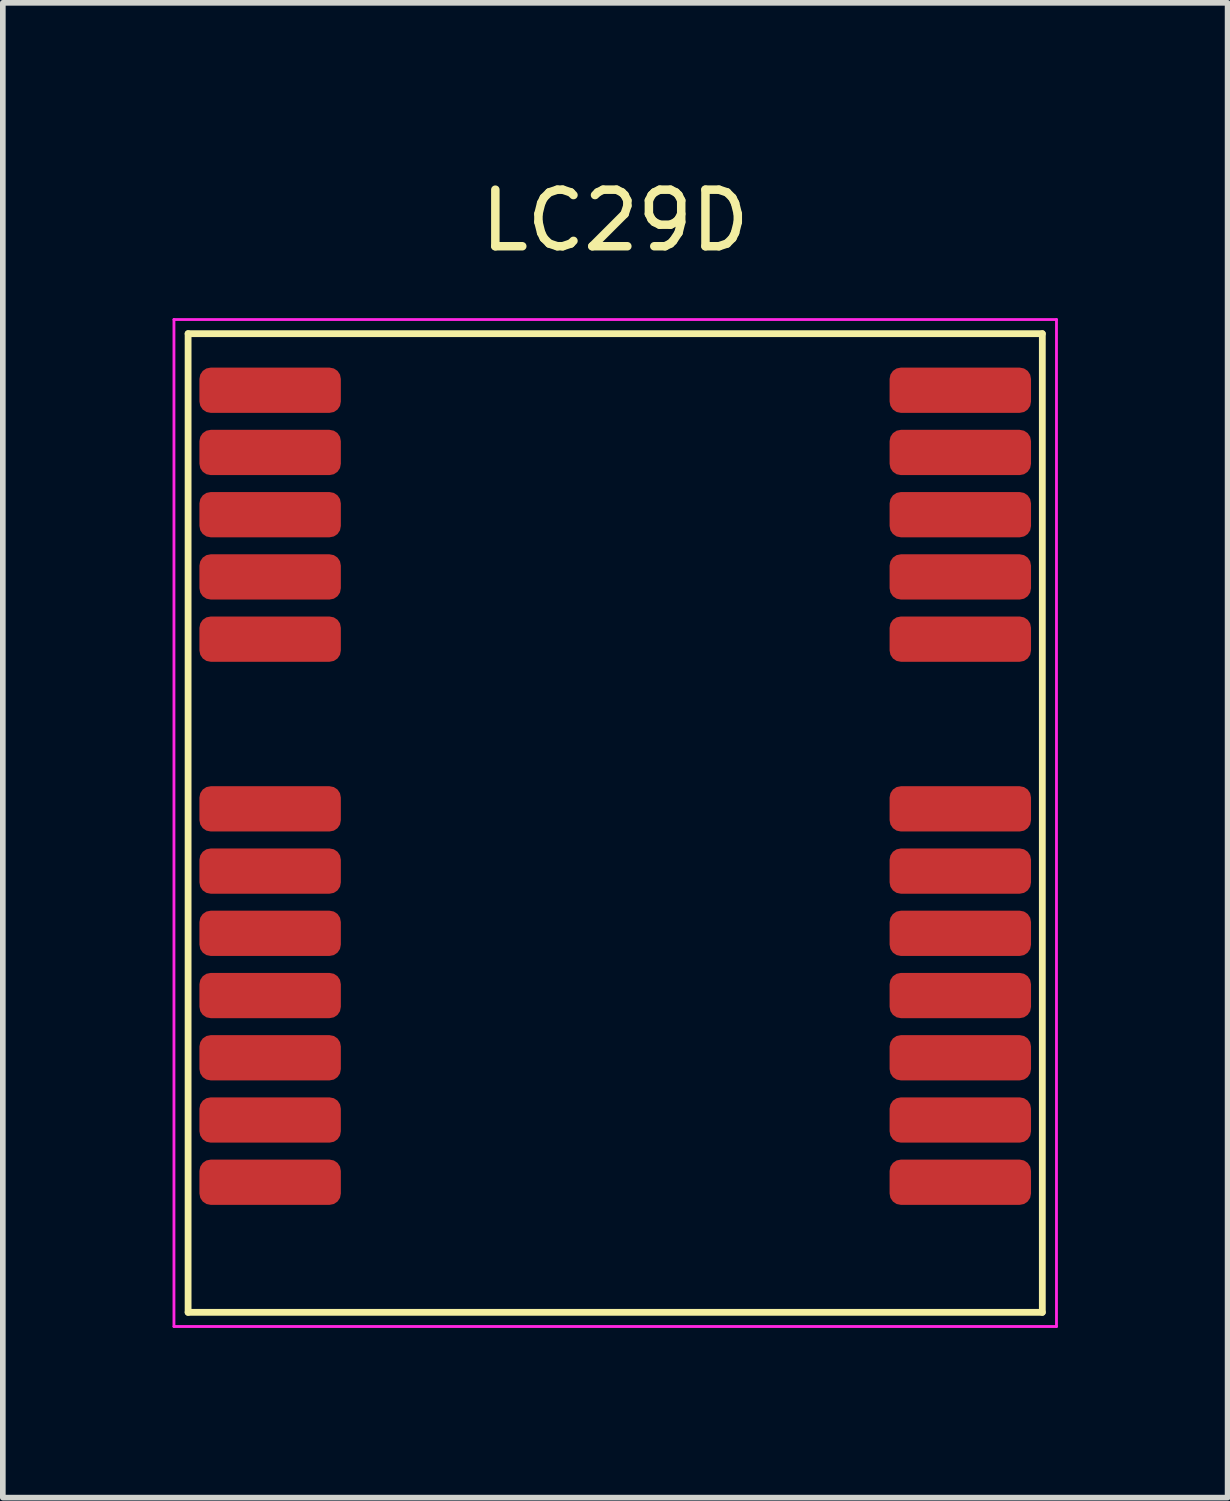
<source format=kicad_pcb>
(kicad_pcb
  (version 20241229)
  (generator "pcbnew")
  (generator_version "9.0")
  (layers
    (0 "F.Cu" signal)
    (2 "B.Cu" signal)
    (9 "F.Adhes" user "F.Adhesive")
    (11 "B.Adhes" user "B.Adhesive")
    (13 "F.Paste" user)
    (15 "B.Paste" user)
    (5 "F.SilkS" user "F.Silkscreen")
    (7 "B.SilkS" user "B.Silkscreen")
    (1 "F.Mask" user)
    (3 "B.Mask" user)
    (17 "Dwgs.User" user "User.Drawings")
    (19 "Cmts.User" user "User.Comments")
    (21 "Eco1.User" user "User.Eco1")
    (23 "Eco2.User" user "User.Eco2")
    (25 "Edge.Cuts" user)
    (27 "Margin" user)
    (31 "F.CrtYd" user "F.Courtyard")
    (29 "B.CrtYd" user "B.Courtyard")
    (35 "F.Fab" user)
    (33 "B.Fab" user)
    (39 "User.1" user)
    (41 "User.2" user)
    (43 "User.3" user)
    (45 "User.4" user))
  (footprint "LC29D"
    (layer "F.Cu")
    (at 7.825 3.848)
    (property "Reference" "LC29D" (at 0 -3 0) (layer "F.SilkS") (effects (font (size 1 1) (thickness 0.15))))
    (attr through_hole)
    (fp_line (start -7.55 -1) (end -7.55 16.3) (stroke (width 0.12) (type solid)) (layer "F.SilkS"))
    (fp_line (start -7.55 16.3) (end 7.55 16.3) (stroke (width 0.12) (type solid)) (layer "F.SilkS"))
    (fp_line (start 7.55 -1) (end -7.55 -1) (stroke (width 0.12) (type solid)) (layer "F.SilkS"))
    (fp_line (start 7.55 16.3) (end 7.55 -1) (stroke (width 0.12) (type solid)) (layer "F.SilkS"))
    (fp_line (start -7.8 -1.25) (end -7.8 16.55) (stroke (width 0.05) (type solid)) (layer "F.CrtYd"))
    (fp_line (start -7.8 16.55) (end 7.8 16.55) (stroke (width 0.05) (type solid)) (layer "F.CrtYd"))
    (fp_line (start 7.8 -1.25) (end -7.8 -1.25) (stroke (width 0.05) (type solid)) (layer "F.CrtYd"))
    (fp_line (start 7.8 16.55) (end 7.8 -1.25) (stroke (width 0.05) (type solid)) (layer "F.CrtYd"))
    (pad "1" smd roundrect (at 6.1 14) (size 2.5 0.8) (layers "F.Cu" "F.Mask" "F.Paste") (roundrect_rratio 0.25))
    (pad "2" smd roundrect (at 6.1 12.9) (size 2.5 0.8) (layers "F.Cu" "F.Mask" "F.Paste") (roundrect_rratio 0.25))
    (pad "3" smd roundrect (at 6.1 11.8) (size 2.5 0.8) (layers "F.Cu" "F.Mask" "F.Paste") (roundrect_rratio 0.25))
    (pad "4" smd roundrect (at 6.1 10.7) (size 2.5 0.8) (layers "F.Cu" "F.Mask" "F.Paste") (roundrect_rratio 0.25))
    (pad "5" smd roundrect (at 6.1 9.6) (size 2.5 0.8) (layers "F.Cu" "F.Mask" "F.Paste") (roundrect_rratio 0.25))
    (pad "6" smd roundrect (at 6.1 8.5) (size 2.5 0.8) (layers "F.Cu" "F.Mask" "F.Paste") (roundrect_rratio 0.25))
    (pad "7" smd roundrect (at 6.1 7.4) (size 2.5 0.8) (layers "F.Cu" "F.Mask" "F.Paste") (roundrect_rratio 0.25))
    (pad "8" smd roundrect (at 6.1 4.4) (size 2.5 0.8) (layers "F.Cu" "F.Mask" "F.Paste") (roundrect_rratio 0.25))
    (pad "9" smd roundrect (at 6.1 3.3) (size 2.5 0.8) (layers "F.Cu" "F.Mask" "F.Paste") (roundrect_rratio 0.25))
    (pad "10" smd roundrect (at 6.1 2.2) (size 2.5 0.8) (layers "F.Cu" "F.Mask" "F.Paste") (roundrect_rratio 0.25))
    (pad "11" smd roundrect (at 6.1 1.1) (size 2.5 0.8) (layers "F.Cu" "F.Mask" "F.Paste") (roundrect_rratio 0.25))
    (pad "12" smd roundrect (at 6.1 0) (size 2.5 0.8) (layers "F.Cu" "F.Mask" "F.Paste") (roundrect_rratio 0.25))
    (pad "13" smd roundrect (at -6.1 0) (size 2.5 0.8) (layers "F.Cu" "F.Mask" "F.Paste") (roundrect_rratio 0.25))
    (pad "14" smd roundrect (at -6.1 1.1) (size 2.5 0.8) (layers "F.Cu" "F.Mask" "F.Paste") (roundrect_rratio 0.25))
    (pad "15" smd roundrect (at -6.1 2.2) (size 2.5 0.8) (layers "F.Cu" "F.Mask" "F.Paste") (roundrect_rratio 0.25))
    (pad "16" smd roundrect (at -6.1 3.3) (size 2.5 0.8) (layers "F.Cu" "F.Mask" "F.Paste") (roundrect_rratio 0.25))
    (pad "17" smd roundrect (at -6.1 4.4) (size 2.5 0.8) (layers "F.Cu" "F.Mask" "F.Paste") (roundrect_rratio 0.25))
    (pad "18" smd roundrect (at -6.1 7.4) (size 2.5 0.8) (layers "F.Cu" "F.Mask" "F.Paste") (roundrect_rratio 0.25))
    (pad "19" smd roundrect (at -6.1 8.5) (size 2.5 0.8) (layers "F.Cu" "F.Mask" "F.Paste") (roundrect_rratio 0.25))
    (pad "20" smd roundrect (at -6.1 9.6) (size 2.5 0.8) (layers "F.Cu" "F.Mask" "F.Paste") (roundrect_rratio 0.25))
    (pad "21" smd roundrect (at -6.1 10.7) (size 2.5 0.8) (layers "F.Cu" "F.Mask" "F.Paste") (roundrect_rratio 0.25))
    (pad "22" smd roundrect (at -6.1 11.8) (size 2.5 0.8) (layers "F.Cu" "F.Mask" "F.Paste") (roundrect_rratio 0.25))
    (pad "23" smd roundrect (at -6.1 12.9) (size 2.5 0.8) (layers "F.Cu" "F.Mask" "F.Paste") (roundrect_rratio 0.25))
    (pad "24" smd roundrect (at -6.1 14) (size 2.5 0.8) (layers "F.Cu" "F.Mask" "F.Paste") (roundrect_rratio 0.25)))
  (gr_rect
    (start -3 -3)
    (end 18.65 23.423)
    (stroke (width 0.1) (type default))
    (fill no)
    (layer "Edge.Cuts")))
</source>
